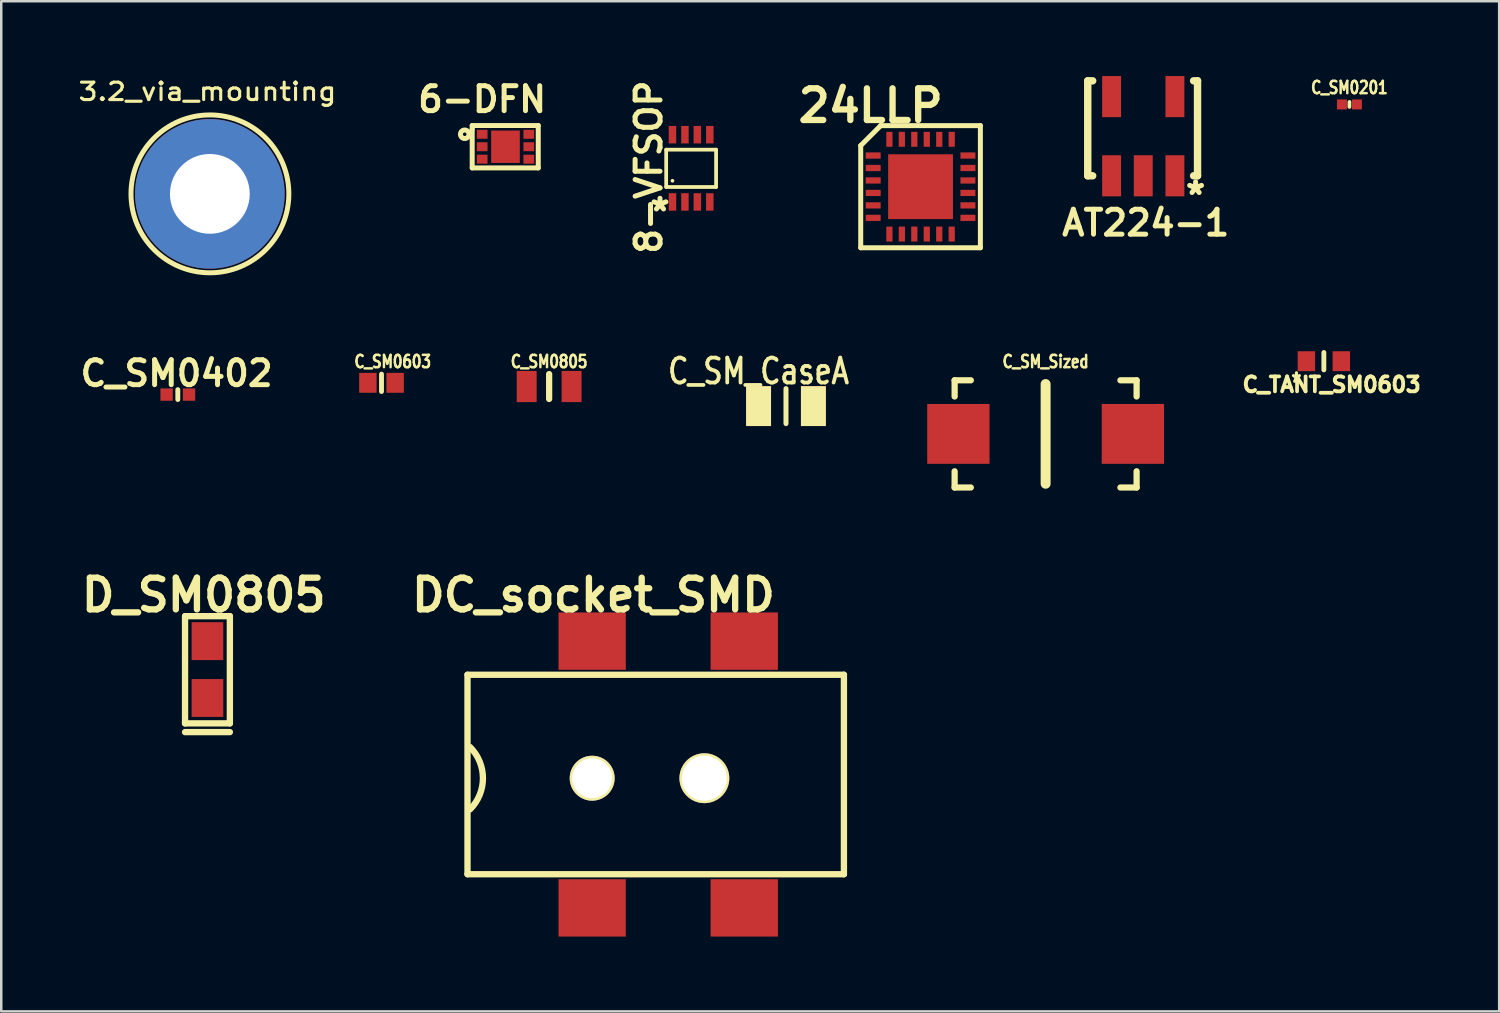
<source format=kicad_pcb>
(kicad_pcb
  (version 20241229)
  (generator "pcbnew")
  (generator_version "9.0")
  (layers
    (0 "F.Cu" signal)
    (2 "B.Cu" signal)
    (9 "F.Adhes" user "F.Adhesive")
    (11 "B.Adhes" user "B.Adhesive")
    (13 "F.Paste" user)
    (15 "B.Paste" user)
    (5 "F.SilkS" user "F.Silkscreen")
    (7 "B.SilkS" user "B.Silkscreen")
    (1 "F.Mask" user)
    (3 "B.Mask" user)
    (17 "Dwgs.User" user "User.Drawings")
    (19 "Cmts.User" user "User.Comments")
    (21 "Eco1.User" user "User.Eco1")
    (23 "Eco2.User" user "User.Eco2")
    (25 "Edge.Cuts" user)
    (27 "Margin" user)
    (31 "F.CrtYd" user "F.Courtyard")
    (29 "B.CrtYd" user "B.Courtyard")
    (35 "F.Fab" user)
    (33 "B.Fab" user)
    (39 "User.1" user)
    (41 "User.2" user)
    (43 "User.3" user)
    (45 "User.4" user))
  (footprint "DC_socket_SMD"
    (layer "F.Cu")
    (at 20.705 22.669)
    (property "Reference" "DC_socket_SMD" (at 0.051 -1.849 0) (layer "F.SilkS") (effects (font (size 1.27 1.27) (thickness 0.254))))
    (attr through_hole)
    (fp_line (start -5.001 1.349) (end -5.001 9.35) (stroke (width 0.254) (type solid)) (layer "F.SilkS"))
    (fp_line (start -5.001 1.349) (end 10.099 1.349) (stroke (width 0.254) (type solid)) (layer "F.SilkS"))
    (fp_line (start -5.001 9.35) (end 10.099 9.35) (stroke (width 0.254) (type solid)) (layer "F.SilkS"))
    (fp_line (start 10.099 1.349) (end 10.099 9.35) (stroke (width 0.254) (type solid)) (layer "F.SilkS"))
    (fp_arc (start -4.89966 4.24942) (mid -4.382026 5.4991) (end -4.89966 6.74878) (stroke (width 0.254) (type solid)) (layer "F.SilkS"))
    (pad "1" smd rect (at 0 10.701) (size 2.7 2.301) (layers "F.Cu" "F.Mask" "F.Paste"))
    (pad "2" smd rect (at 6.101 10.701) (size 2.7 2.301) (layers "F.Cu" "F.Mask" "F.Paste"))
    (pad "3" smd rect (at 0 0) (size 2.7 2.301) (layers "F.Cu" "F.Mask" "F.Paste"))
    (pad "3" smd rect (at 6.101 0) (size 2.7 2.301) (layers "F.Cu" "F.Mask" "F.Paste"))
    (pad "5" thru_hole circle (at 0 5.499) (size 1.801 1.801) (drill 1.6) (layers "*.Cu" "*.Mask" "F.SilkS"))
    (pad "6" thru_hole circle (at 4.501 5.499) (size 1.999 1.999) (drill 1.801) (layers "*.Cu" "*.Mask" "F.SilkS")))
  (footprint "D_SM0805"
    (layer "F.Cu")
    (at 5.272 22.669)
    (property "Reference" "D_SM0805" (at -0.15 -1.849 0) (layer "F.SilkS") (effects (font (size 1.27 1.27) (thickness 0.254))))
    (attr through_hole)
    (fp_line (start -0.899 -1.001) (end 0.899 -1.001) (stroke (width 0.254) (type solid)) (layer "F.SilkS"))
    (fp_line (start -0.899 3.299) (end -0.899 -1.001) (stroke (width 0.254) (type solid)) (layer "F.SilkS"))
    (fp_line (start -0.899 3.65) (end 0.899 3.65) (stroke (width 0.254) (type solid)) (layer "F.SilkS"))
    (fp_line (start 0.899 -1.001) (end 0.899 3.299) (stroke (width 0.254) (type solid)) (layer "F.SilkS"))
    (fp_line (start 0.899 3.299) (end -0.899 3.299) (stroke (width 0.254) (type solid)) (layer "F.SilkS"))
    (pad "1" smd rect (at 0 0) (size 1.27 1.519) (layers "F.Cu" "F.Mask" "F.Paste"))
    (pad "2" smd rect (at 0 2.281) (size 1.27 1.519) (layers "F.Cu" "F.Mask" "F.Paste")))
  (footprint "8-VFSOP"
    (layer "F.Cu")
    (at 24.675 3.702)
    (property "Reference" "8-VFSOP" (at -1.7 -0.05 90) (layer "F.SilkS") (effects (font (size 1 1) (thickness 0.2))))
    (attr smd)
    (fp_line (start -1.001 -0.749) (end 1.001 -0.749) (stroke (width 0.15) (type solid)) (layer "F.SilkS"))
    (fp_line (start -1.001 0.749) (end -1.001 -0.749) (stroke (width 0.15) (type solid)) (layer "F.SilkS"))
    (fp_line (start -0.749 0.5) (end -0.749 0.5) (stroke (width 0.15) (type solid)) (layer "F.SilkS"))
    (fp_line (start 1.001 -0.749) (end 1.001 0.749) (stroke (width 0.15) (type solid)) (layer "F.SilkS"))
    (fp_line (start 1.001 0.749) (end -1.001 0.749) (stroke (width 0.15) (type solid)) (layer "F.SilkS"))
    (fp_text user "*" (at -1.25 1.75 0) (layer "F.SilkS") (effects (font (size 1 1) (thickness 0.2))))
    (pad "1" smd rect (at -0.749 1.349) (size 0.3 0.701) (layers "F.Cu" "F.Mask" "F.Paste"))
    (pad "2" smd rect (at -0.249 1.349) (size 0.3 0.701) (layers "F.Cu" "F.Mask" "F.Paste"))
    (pad "3" smd rect (at 0.249 1.349) (size 0.3 0.701) (layers "F.Cu" "F.Mask" "F.Paste"))
    (pad "4" smd rect (at 0.749 1.349) (size 0.3 0.701) (layers "F.Cu" "F.Mask" "F.Paste"))
    (pad "5" smd rect (at 0.749 -1.349) (size 0.3 0.701) (layers "F.Cu" "F.Mask" "F.Paste"))
    (pad "6" smd rect (at 0.249 -1.349) (size 0.3 0.701) (layers "F.Cu" "F.Mask" "F.Paste"))
    (pad "7" smd rect (at -0.249 -1.349) (size 0.3 0.701) (layers "F.Cu" "F.Mask" "F.Paste"))
    (pad "8" smd rect (at -0.749 -1.349) (size 0.3 0.701) (layers "F.Cu" "F.Mask" "F.Paste")))
  (footprint "C_SM_Sized"
    (layer "F.Cu")
    (at 38.895 14.356)
    (property "Reference" "C_SM_Sized" (at 0 -2.9 0) (layer "F.SilkS") (effects (font (size 0.495 0.399) (thickness 0.099))))
    (attr through_hole)
    (fp_line (start -3.65 -2.15) (end -3.65 -1.5) (stroke (width 0.25) (type solid)) (layer "F.SilkS"))
    (fp_line (start -3.65 -2.15) (end -3 -2.15) (stroke (width 0.25) (type solid)) (layer "F.SilkS"))
    (fp_line (start -3.65 1.5) (end -3.65 2.15) (stroke (width 0.25) (type solid)) (layer "F.SilkS"))
    (fp_line (start -3.65 2.15) (end -3 2.15) (stroke (width 0.25) (type solid)) (layer "F.SilkS"))
    (fp_line (start 0 -2) (end 0 2) (stroke (width 0.4) (type solid)) (layer "F.SilkS"))
    (fp_line (start 3 -2.15) (end 3.65 -2.15) (stroke (width 0.25) (type solid)) (layer "F.SilkS"))
    (fp_line (start 3 2.15) (end 3.65 2.15) (stroke (width 0.25) (type solid)) (layer "F.SilkS"))
    (fp_line (start 3.65 -2.15) (end 3.65 -1.5) (stroke (width 0.25) (type solid)) (layer "F.SilkS"))
    (fp_line (start 3.65 1.5) (end 3.65 2.15) (stroke (width 0.25) (type solid)) (layer "F.SilkS"))
    (pad "1" smd rect (at -3.5 0) (size 2.5 2.4) (layers "F.Cu" "F.Mask" "F.Paste"))
    (pad "2" smd rect (at 3.5 0) (size 2.5 2.4) (layers "F.Cu" "F.Mask" "F.Paste")))
  (footprint "C_TANT_SM0603"
    (layer "F.Cu")
    (at 50.057 11.439)
    (property "Reference" "C_TANT_SM0603" (at 0.31 0.94 0) (layer "F.SilkS") (effects (font (size 0.6 0.6) (thickness 0.15))))
    (attr smd)
    (fp_line (start 0 -0.348) (end 0 0.348) (stroke (width 0.196) (type solid)) (layer "F.SilkS"))
    (fp_text user "*" (at -1.1 0.9 0) (layer "F.SilkS") (effects (font (size 0.8 0.5) (thickness 0.125))))
    (pad "1" smd rect (at -0.7 0) (size 0.699 0.798) (layers "F.Cu" "F.Mask" "F.Paste"))
    (pad "2" smd rect (at 0.7 0) (size 0.699 0.798) (layers "F.Cu" "F.Mask" "F.Paste")))
  (footprint "C_SM0402"
    (layer "F.Cu")
    (at 4.083 12.779)
    (property "Reference" "C_SM0402" (at -0.05 -0.85 0) (layer "F.SilkS") (effects (font (size 1 1) (thickness 0.2))))
    (attr through_hole)
    (fp_line (start 0 -0.198) (end 0 0.198) (stroke (width 0.196) (type solid)) (layer "F.SilkS"))
    (pad "1" smd rect (at -0.45 0) (size 0.495 0.495) (layers "F.Cu" "F.Mask" "F.Paste"))
    (pad "2" smd rect (at 0.45 0) (size 0.495 0.495) (layers "F.Cu" "F.Mask" "F.Paste")))
  (footprint "3.2_via_mounting"
    (layer "F.Cu")
    (at 5.371 4.727)
    (property "Reference" "3.2_via_mounting" (at -0.099 -4.1 0) (layer "F.SilkS") (effects (font (size 0.699 0.798) (thickness 0.124))))
    (attr through_hole)
    (fp_circle (center 0 0) (end 2.95 1.15) (stroke (width 0.2) (type solid)) (fill no) (layer "F.SilkS"))
    (pad "1" thru_hole circle (at -0.003 0) (size 5.999 5.999) (drill 3.2) (layers "*.Cu" "*.Mask")))
  (footprint "6-DFN"
    (layer "F.Cu")
    (at 16.292 2.336)
    (property "Reference" "6-DFN" (at 0 -1.4 0) (layer "F.SilkS") (effects (font (size 1 1) (thickness 0.2))))
    (attr through_hole)
    (fp_line (start -0.4 -0.35) (end -0.4 -0.2) (stroke (width 0.2) (type solid)) (layer "F.SilkS"))
    (fp_line (start -0.4 -0.2) (end -0.4 1.35) (stroke (width 0.2) (type solid)) (layer "F.SilkS"))
    (fp_line (start -0.4 1.35) (end 2.25 1.35) (stroke (width 0.2) (type solid)) (layer "F.SilkS"))
    (fp_line (start 2.25 -0.35) (end -0.4 -0.35) (stroke (width 0.2) (type solid)) (layer "F.SilkS"))
    (fp_line (start 2.25 1.35) (end 2.25 -0.35) (stroke (width 0.2) (type solid)) (layer "F.SilkS"))
    (fp_circle (center -0.7 0) (end -0.65 0.05) (stroke (width 0.2) (type solid)) (fill no) (layer "F.SilkS"))
    (pad "1" smd rect (at 0 0) (size 0.43 0.36) (layers "F.Cu" "F.Mask" "F.Paste"))
    (pad "1" smd rect (at 0.935 0.5) (size 1.15 1.3) (layers "F.Cu" "F.Mask" "F.Paste"))
    (pad "2" smd rect (at 0 0.5) (size 0.43 0.36) (layers "F.Cu" "F.Mask" "F.Paste"))
    (pad "3" smd rect (at 0 1) (size 0.43 0.36) (layers "F.Cu" "F.Mask" "F.Paste"))
    (pad "4" smd rect (at 1.87 1) (size 0.43 0.36) (layers "F.Cu" "F.Mask" "F.Paste"))
    (pad "5" smd rect (at 1.87 0.5) (size 0.43 0.36) (layers "F.Cu" "F.Mask" "F.Paste"))
    (pad "6" smd rect (at 1.87 0) (size 0.43 0.36) (layers "F.Cu" "F.Mask" "F.Paste")))
  (footprint "AT224-1"
    (layer "F.Cu")
    (at 44.011 3.992)
    (property "Reference" "AT224-1" (at -1.1 1.9 0) (layer "F.SilkS") (effects (font (size 1 1) (thickness 0.2))))
    (attr smd)
    (fp_line (start -3.426 -3.8) (end -3.228 -3.8) (stroke (width 0.297) (type solid)) (layer "F.SilkS"))
    (fp_line (start -3.426 0.01) (end -3.426 -3.8) (stroke (width 0.297) (type solid)) (layer "F.SilkS"))
    (fp_line (start -3.426 0.01) (end -3.228 0.01) (stroke (width 0.297) (type solid)) (layer "F.SilkS"))
    (fp_line (start 0.82 0.01) (end 0.978 0.01) (stroke (width 0.297) (type solid)) (layer "F.SilkS"))
    (fp_line (start 0.978 -3.8) (end 0.82 -3.8) (stroke (width 0.297) (type solid)) (layer "F.SilkS"))
    (fp_line (start 0.978 0.01) (end 0.978 -3.8) (stroke (width 0.297) (type solid)) (layer "F.SilkS"))
    (fp_text user "*" (at 0.9 0.8 0) (layer "F.SilkS") (effects (font (size 1 1) (thickness 0.2))))
    (pad "1" smd rect (at 0.071 0.01) (size 0.759 1.648) (layers "F.Cu" "F.Mask" "F.Paste"))
    (pad "2" smd rect (at -1.199 0.01) (size 0.759 1.648) (layers "F.Cu" "F.Mask" "F.Paste"))
    (pad "3" smd rect (at -2.469 0.01) (size 0.759 1.648) (layers "F.Cu" "F.Mask" "F.Paste"))
    (pad "4" smd rect (at -2.469 -3.167) (size 0.759 1.648) (layers "F.Cu" "F.Mask" "F.Paste"))
    (pad "6" smd rect (at 0.071 -3.167) (size 0.759 1.648) (layers "F.Cu" "F.Mask" "F.Paste")))
  (footprint "C_SM0201"
    (layer "F.Cu")
    (at 51.082 1.139)
    (property "Reference" "C_SM0201" (at 0 -0.675 0) (layer "F.SilkS") (effects (font (size 0.495 0.399) (thickness 0.099))))
    (attr through_hole)
    (fp_line (start 0 -0.1) (end 0 0.1) (stroke (width 0.15) (type solid)) (layer "F.SilkS"))
    (pad "1" smd rect (at -0.3 0) (size 0.4 0.4) (layers "F.Cu" "F.Mask" "F.Paste"))
    (pad "2" smd rect (at 0.3 0) (size 0.4 0.4) (layers "F.Cu" "F.Mask" "F.Paste")))
  (footprint "C_SM0603"
    (layer "F.Cu")
    (at 12.254 12.307)
    (property "Reference" "C_SM0603" (at 0.45 -0.851 0) (layer "F.SilkS") (effects (font (size 0.495 0.399) (thickness 0.099))))
    (attr through_hole)
    (fp_line (start 0 -0.348) (end 0 0.348) (stroke (width 0.196) (type solid)) (layer "F.SilkS"))
    (pad "1" smd rect (at -0.546 0) (size 0.699 0.798) (layers "F.Cu" "F.Mask" "F.Paste"))
    (pad "2" smd rect (at 0.546 0) (size 0.699 0.798) (layers "F.Cu" "F.Mask" "F.Paste")))
  (footprint "24LLP"
    (layer "F.Cu")
    (at 31.978 3.189)
    (property "Reference" "24LLP" (at -0.1 -2 0) (layer "F.SilkS") (effects (font (size 1.27 1.27) (thickness 0.254))))
    (attr through_hole)
    (fp_line (start -0.5 -0.4) (end -0.5 3.7) (stroke (width 0.2) (type solid)) (layer "F.SilkS"))
    (fp_line (start -0.5 3.7) (end 4.3 3.7) (stroke (width 0.2) (type solid)) (layer "F.SilkS"))
    (fp_line (start 0.3 -1.2) (end -0.5 -0.4) (stroke (width 0.2) (type solid)) (layer "F.SilkS"))
    (fp_line (start 4.3 -1.2) (end 0.3 -1.2) (stroke (width 0.2) (type solid)) (layer "F.SilkS"))
    (fp_line (start 4.3 3.7) (end 4.3 -1.2) (stroke (width 0.2) (type solid)) (layer "F.SilkS"))
    (pad "1" smd rect (at 0 0) (size 0.6 0.25) (layers "F.Cu" "F.Mask" "F.Paste"))
    (pad "2" smd rect (at 0 0.5) (size 0.6 0.25) (layers "F.Cu" "F.Mask" "F.Paste"))
    (pad "3" smd rect (at 0 1) (size 0.6 0.25) (layers "F.Cu" "F.Mask" "F.Paste"))
    (pad "4" smd rect (at 0 1.5) (size 0.6 0.25) (layers "F.Cu" "F.Mask" "F.Paste"))
    (pad "5" smd rect (at 0 2) (size 0.6 0.25) (layers "F.Cu" "F.Mask" "F.Paste"))
    (pad "6" smd rect (at 0 2.5) (size 0.6 0.25) (layers "F.Cu" "F.Mask" "F.Paste"))
    (pad "7" smd rect (at 0.65 3.15 90) (size 0.6 0.25) (layers "F.Cu" "F.Mask" "F.Paste"))
    (pad "8" smd rect (at 1.15 3.15 90) (size 0.6 0.25) (layers "F.Cu" "F.Mask" "F.Paste"))
    (pad "9" smd rect (at 1.65 3.15 90) (size 0.6 0.25) (layers "F.Cu" "F.Mask" "F.Paste"))
    (pad "10" smd rect (at 2.15 3.15 90) (size 0.6 0.25) (layers "F.Cu" "F.Mask" "F.Paste"))
    (pad "11" smd rect (at 2.65 3.15 90) (size 0.6 0.25) (layers "F.Cu" "F.Mask" "F.Paste"))
    (pad "12" smd rect (at 3.15 3.15 90) (size 0.6 0.25) (layers "F.Cu" "F.Mask" "F.Paste"))
    (pad "13" smd rect (at 3.8 2.5) (size 0.6 0.25) (layers "F.Cu" "F.Mask" "F.Paste"))
    (pad "14" smd rect (at 3.8 2) (size 0.6 0.25) (layers "F.Cu" "F.Mask" "F.Paste"))
    (pad "15" smd rect (at 3.8 1.5) (size 0.6 0.25) (layers "F.Cu" "F.Mask" "F.Paste"))
    (pad "16" smd rect (at 3.8 1) (size 0.6 0.25) (layers "F.Cu" "F.Mask" "F.Paste"))
    (pad "17" smd rect (at 3.8 0.5) (size 0.6 0.25) (layers "F.Cu" "F.Mask" "F.Paste"))
    (pad "18" smd rect (at 3.8 0) (size 0.6 0.25) (layers "F.Cu" "F.Mask" "F.Paste"))
    (pad "19" smd rect (at 3.15 -0.65 90) (size 0.6 0.25) (layers "F.Cu" "F.Mask" "F.Paste"))
    (pad "20" smd rect (at 2.65 -0.65 90) (size 0.6 0.25) (layers "F.Cu" "F.Mask" "F.Paste"))
    (pad "21" smd rect (at 2.15 -0.65 90) (size 0.6 0.25) (layers "F.Cu" "F.Mask" "F.Paste"))
    (pad "22" smd rect (at 1.65 -0.65 90) (size 0.6 0.25) (layers "F.Cu" "F.Mask" "F.Paste"))
    (pad "23" smd rect (at 1.15 -0.65 90) (size 0.6 0.25) (layers "F.Cu" "F.Mask" "F.Paste"))
    (pad "24" smd rect (at 0.65 -0.65 90) (size 0.6 0.25) (layers "F.Cu" "F.Mask" "F.Paste"))
    (pad "25" smd rect (at 1.9 1.25) (size 2.6 2.6) (layers "F.Cu" "F.Mask" "F.Paste")))
  (footprint "C_SM0805"
    (layer "F.Cu")
    (at 18.979 12.456)
    (property "Reference" "C_SM0805" (at 0 -1 0) (layer "F.SilkS") (effects (font (size 0.495 0.399) (thickness 0.099))))
    (attr through_hole)
    (fp_line (start 0 -0.5) (end 0 0.5) (stroke (width 0.25) (type solid)) (layer "F.SilkS"))
    (pad "1" smd rect (at -0.9 0) (size 0.8 1.25) (layers "F.Cu" "F.Mask" "F.Paste"))
    (pad "2" smd rect (at 0.9 0) (size 0.8 1.25) (layers "F.Cu" "F.Mask" "F.Paste")))
  (footprint "C_SM_CaseA"
    (layer "F.Cu")
    (at 28.48 13.241)
    (property "Reference" "C_SM_CaseA" (at -1.1 -1.4 0) (layer "F.SilkS") (effects (font (size 1.001 0.8) (thickness 0.15))))
    (attr through_hole)
    (fp_line (start 0 -0.701) (end 0 0.701) (stroke (width 0.201) (type solid)) (layer "F.SilkS"))
    (pad "1" smd rect (at -1.1 0) (size 1.001 1.6) (layers "F.Cu" "F.Mask" "F.SilkS" "F.Paste"))
    (pad "2" smd rect (at 1.1 0) (size 1.001 1.6) (layers "F.Cu" "F.Mask" "F.SilkS" "F.Paste")))
  (gr_rect
    (start -3 -3)
    (end 57.089 37.521)
    (stroke (width 0.1) (type default))
    (fill no)
    (layer "Edge.Cuts")))
</source>
